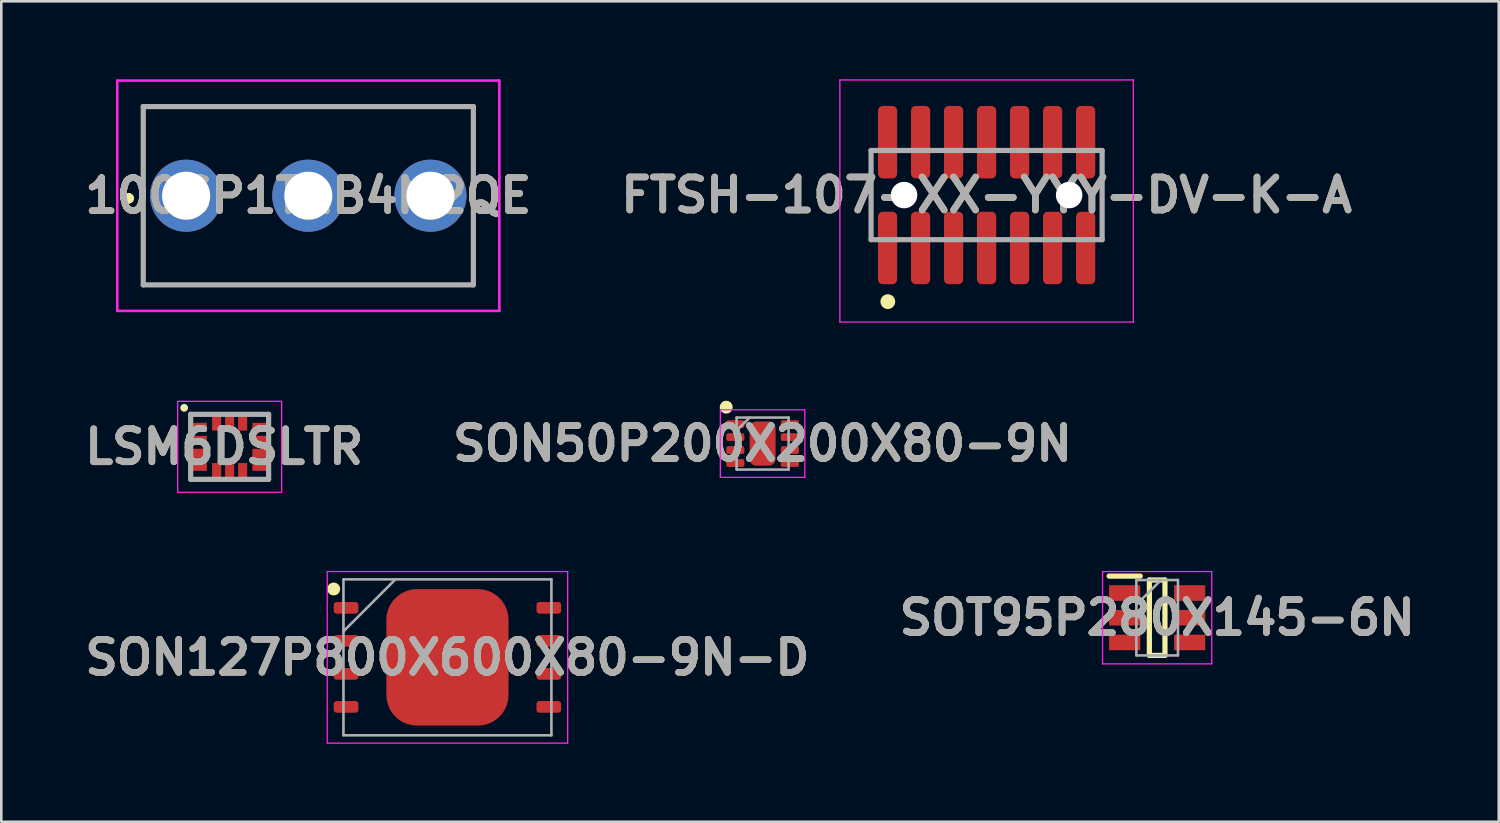
<source format=kicad_pcb>
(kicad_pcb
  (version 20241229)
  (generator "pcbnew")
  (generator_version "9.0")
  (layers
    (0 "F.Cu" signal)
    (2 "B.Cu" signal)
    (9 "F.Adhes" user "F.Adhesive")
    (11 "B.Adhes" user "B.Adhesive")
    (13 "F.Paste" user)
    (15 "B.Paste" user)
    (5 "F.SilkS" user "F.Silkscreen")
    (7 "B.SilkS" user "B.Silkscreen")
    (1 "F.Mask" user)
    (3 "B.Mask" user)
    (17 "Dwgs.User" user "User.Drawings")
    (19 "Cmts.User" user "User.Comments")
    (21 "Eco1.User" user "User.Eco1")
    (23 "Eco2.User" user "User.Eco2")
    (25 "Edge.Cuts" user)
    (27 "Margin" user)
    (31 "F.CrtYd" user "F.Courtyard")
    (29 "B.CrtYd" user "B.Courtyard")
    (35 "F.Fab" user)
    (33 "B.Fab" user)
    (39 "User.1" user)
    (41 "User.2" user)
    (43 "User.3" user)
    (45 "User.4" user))
  (footprint "LSM6DSLTR"
    (layer "F.Cu")
    (at 5.785 14.14)
    (property "Reference" "LSM6DSLTR" (at -0.209 0 0) (layer "F.SilkS") (effects (font (size 1.27 1.27) (thickness 0.254))))
    (attr smd)
    (fp_circle (center -1.75 -1.5) (end -1.65 -1.5) (stroke (width 0.1) (type solid)) (fill yes) (layer "F.SilkS"))
    (fp_rect (start -2 -1.75) (end 2 1.75) (stroke (width 0.05) (type default)) (fill no) (layer "F.CrtYd"))
    (fp_line (start -1.5 -1.25) (end 1.5 -1.25) (stroke (width 0.2) (type solid)) (layer "F.Fab"))
    (fp_line (start -1.5 1.25) (end -1.5 -1.25) (stroke (width 0.2) (type solid)) (layer "F.Fab"))
    (fp_line (start 1.5 -1.25) (end 1.5 1.25) (stroke (width 0.2) (type solid)) (layer "F.Fab"))
    (fp_line (start 1.5 1.25) (end -1.5 1.25) (stroke (width 0.2) (type solid)) (layer "F.Fab"))
    (fp_text user "${REFERENCE}" (at -0.209 0 0) (layer "F.Fab") (effects (font (size 1.27 1.27) (thickness 0.254))))
    (pad "1" smd rect (at -1.163 -0.75 90) (size 0.35 0.575) (layers "F.Cu" "F.Mask" "F.Paste"))
    (pad "2" smd rect (at -1.163 -0.25 90) (size 0.35 0.575) (layers "F.Cu" "F.Mask" "F.Paste"))
    (pad "3" smd rect (at -1.163 0.25 90) (size 0.35 0.575) (layers "F.Cu" "F.Mask" "F.Paste"))
    (pad "4" smd rect (at -1.163 0.75 90) (size 0.35 0.575) (layers "F.Cu" "F.Mask" "F.Paste"))
    (pad "5" smd rect (at -0.5 0.912) (size 0.35 0.575) (layers "F.Cu" "F.Mask" "F.Paste"))
    (pad "6" smd rect (at 0 0.912) (size 0.35 0.575) (layers "F.Cu" "F.Mask" "F.Paste"))
    (pad "7" smd rect (at 0.5 0.912) (size 0.35 0.575) (layers "F.Cu" "F.Mask" "F.Paste"))
    (pad "8" smd rect (at 1.163 0.75 90) (size 0.35 0.575) (layers "F.Cu" "F.Mask" "F.Paste"))
    (pad "9" smd rect (at 1.163 0.25 90) (size 0.35 0.575) (layers "F.Cu" "F.Mask" "F.Paste"))
    (pad "10" smd rect (at 1.163 -0.25 90) (size 0.35 0.575) (layers "F.Cu" "F.Mask" "F.Paste"))
    (pad "11" smd rect (at 1.163 -0.75 90) (size 0.35 0.575) (layers "F.Cu" "F.Mask" "F.Paste"))
    (pad "12" smd rect (at 0.5 -0.912) (size 0.35 0.575) (layers "F.Cu" "F.Mask" "F.Paste"))
    (pad "13" smd rect (at 0 -0.912) (size 0.35 0.575) (layers "F.Cu" "F.Mask" "F.Paste"))
    (pad "14" smd rect (at -0.5 -0.912) (size 0.35 0.575) (layers "F.Cu" "F.Mask" "F.Paste")))
  (footprint "FTSH-107-XX-YYY-DV-K-A"
    (layer "F.Cu")
    (at 34.907 4.455)
    (property "Reference" "FTSH-107-XX-YYY-DV-K-A" (at 0 0 0) (layer "F.SilkS") (effects (font (size 1.27 1.27) (thickness 0.254))))
    (attr through_hole)
    (fp_line (start -4.445 1.715) (end -4.445 -1.715) (stroke (width 0.1) (type solid)) (layer "F.SilkS"))
    (fp_line (start 4.445 -1.715) (end 4.445 1.715) (stroke (width 0.1) (type solid)) (layer "F.SilkS"))
    (fp_circle (center -3.8 4.1) (end -3.576 4.1) (stroke (width 0.12) (type solid)) (fill yes) (layer "F.SilkS"))
    (fp_line (start -5.645 -4.43) (end 5.645 -4.43) (stroke (width 0.05) (type solid)) (layer "F.CrtYd"))
    (fp_line (start -5.645 4.885) (end -5.645 -4.43) (stroke (width 0.05) (type solid)) (layer "F.CrtYd"))
    (fp_line (start 5.645 -4.43) (end 5.645 4.885) (stroke (width 0.05) (type solid)) (layer "F.CrtYd"))
    (fp_line (start 5.645 4.885) (end -5.645 4.885) (stroke (width 0.05) (type solid)) (layer "F.CrtYd"))
    (fp_line (start -4.445 -1.715) (end 4.445 -1.715) (stroke (width 0.2) (type solid)) (layer "F.Fab"))
    (fp_line (start -4.445 1.715) (end -4.445 -1.715) (stroke (width 0.2) (type solid)) (layer "F.Fab"))
    (fp_line (start 4.445 -1.715) (end 4.445 1.715) (stroke (width 0.2) (type solid)) (layer "F.Fab"))
    (fp_line (start 4.445 1.715) (end -4.445 1.715) (stroke (width 0.2) (type solid)) (layer "F.Fab"))
    (fp_text user "${REFERENCE}" (at 0 0 0) (layer "F.Fab") (effects (font (size 1.27 1.27) (thickness 0.254))))
    (pad "" np_thru_hole circle (at -3.175 0) (size 1.02 1.02) (drill 1.02) (layers "*.Cu" "*.Mask"))
    (pad "" np_thru_hole circle (at 3.175 0) (size 1.02 1.02) (drill 1.02) (layers "*.Cu" "*.Mask"))
    (pad "1" smd roundrect (at -3.81 2.035) (size 0.74 2.79) (layers "F.Cu" "F.Mask" "F.Paste") (roundrect_rratio 0.25))
    (pad "2" smd roundrect (at -3.81 -2.035) (size 0.74 2.79) (layers "F.Cu" "F.Mask" "F.Paste") (roundrect_rratio 0.25))
    (pad "3" smd roundrect (at -2.54 2.035) (size 0.74 2.79) (layers "F.Cu" "F.Mask" "F.Paste") (roundrect_rratio 0.25))
    (pad "4" smd roundrect (at -2.54 -2.035) (size 0.74 2.79) (layers "F.Cu" "F.Mask" "F.Paste") (roundrect_rratio 0.25))
    (pad "5" smd roundrect (at -1.27 2.035) (size 0.74 2.79) (layers "F.Cu" "F.Mask" "F.Paste") (roundrect_rratio 0.25))
    (pad "6" smd roundrect (at -1.27 -2.035) (size 0.74 2.79) (layers "F.Cu" "F.Mask" "F.Paste") (roundrect_rratio 0.25))
    (pad "7" smd roundrect (at 0 2.035) (size 0.74 2.79) (layers "F.Cu" "F.Mask" "F.Paste") (roundrect_rratio 0.25))
    (pad "8" smd roundrect (at 0 -2.035) (size 0.74 2.79) (layers "F.Cu" "F.Mask" "F.Paste") (roundrect_rratio 0.25))
    (pad "9" smd roundrect (at 1.27 2.035) (size 0.74 2.79) (layers "F.Cu" "F.Mask" "F.Paste") (roundrect_rratio 0.25))
    (pad "10" smd roundrect (at 1.27 -2.035) (size 0.74 2.79) (layers "F.Cu" "F.Mask" "F.Paste") (roundrect_rratio 0.25))
    (pad "11" smd roundrect (at 2.54 2.035) (size 0.74 2.79) (layers "F.Cu" "F.Mask" "F.Paste") (roundrect_rratio 0.25))
    (pad "12" smd roundrect (at 2.54 -2.035) (size 0.74 2.79) (layers "F.Cu" "F.Mask" "F.Paste") (roundrect_rratio 0.25))
    (pad "13" smd roundrect (at 3.81 2.035) (size 0.74 2.79) (layers "F.Cu" "F.Mask" "F.Paste") (roundrect_rratio 0.25))
    (pad "14" smd roundrect (at 3.81 -2.035) (size 0.74 2.79) (layers "F.Cu" "F.Mask" "F.Paste") (roundrect_rratio 0.25)))
  (footprint "SON127P800X600X80-9N-D"
    (layer "F.Cu")
    (at 14.164 22.24)
    (property "Reference" "SON127P800X600X80-9N-D" (at 0 0 0) (layer "F.SilkS") (effects (font (size 1.27 1.27) (thickness 0.254))))
    (attr smd)
    (fp_circle (center -4.375 -2.63) (end -4.375 -2.505) (stroke (width 0.25) (type solid)) (fill no) (layer "F.SilkS"))
    (fp_line (start -4.625 -3.3) (end 4.625 -3.3) (stroke (width 0.05) (type solid)) (layer "F.CrtYd"))
    (fp_line (start -4.625 3.3) (end -4.625 -3.3) (stroke (width 0.05) (type solid)) (layer "F.CrtYd"))
    (fp_line (start 4.625 -3.3) (end 4.625 3.3) (stroke (width 0.05) (type solid)) (layer "F.CrtYd"))
    (fp_line (start 4.625 3.3) (end -4.625 3.3) (stroke (width 0.05) (type solid)) (layer "F.CrtYd"))
    (fp_line (start -4 -3) (end 4 -3) (stroke (width 0.1) (type solid)) (layer "F.Fab"))
    (fp_line (start -4 -1) (end -2 -3) (stroke (width 0.1) (type solid)) (layer "F.Fab"))
    (fp_line (start -4 3) (end -4 -3) (stroke (width 0.1) (type solid)) (layer "F.Fab"))
    (fp_line (start 4 -3) (end 4 3) (stroke (width 0.1) (type solid)) (layer "F.Fab"))
    (fp_line (start 4 3) (end -4 3) (stroke (width 0.1) (type solid)) (layer "F.Fab"))
    (fp_text user "${REFERENCE}" (at 0 0 0) (layer "F.Fab") (effects (font (size 1.27 1.27) (thickness 0.254))))
    (pad "1" smd roundrect (at -3.9 -1.905 90) (size 0.45 0.95) (layers "F.Cu" "F.Mask" "F.Paste") (roundrect_rratio 0.25))
    (pad "2" smd roundrect (at -3.9 -0.635 90) (size 0.45 0.95) (layers "F.Cu" "F.Mask" "F.Paste") (roundrect_rratio 0.25))
    (pad "3" smd roundrect (at -3.9 0.635 90) (size 0.45 0.95) (layers "F.Cu" "F.Mask" "F.Paste") (roundrect_rratio 0.25))
    (pad "4" smd roundrect (at -3.9 1.905 90) (size 0.45 0.95) (layers "F.Cu" "F.Mask" "F.Paste") (roundrect_rratio 0.25))
    (pad "5" smd roundrect (at 3.9 1.905 90) (size 0.45 0.95) (layers "F.Cu" "F.Mask" "F.Paste") (roundrect_rratio 0.25))
    (pad "6" smd roundrect (at 3.9 0.635 90) (size 0.45 0.95) (layers "F.Cu" "F.Mask" "F.Paste") (roundrect_rratio 0.25))
    (pad "7" smd roundrect (at 3.9 -0.635 90) (size 0.45 0.95) (layers "F.Cu" "F.Mask" "F.Paste") (roundrect_rratio 0.25))
    (pad "8" smd roundrect (at 3.9 -1.905 90) (size 0.45 0.95) (layers "F.Cu" "F.Mask" "F.Paste") (roundrect_rratio 0.25))
    (pad "9" smd roundrect (at 0 0) (size 4.7 5.25) (layers "F.Cu" "F.Mask" "F.Paste") (roundrect_rratio 0.25)))
  (footprint "SON50P200X200X80-9N"
    (layer "F.Cu")
    (at 26.289 14.015)
    (property "Reference" "SON50P200X200X80-9N" (at 0 0 0) (layer "F.SilkS") (effects (font (size 1.27 1.27) (thickness 0.254))))
    (attr smd)
    (fp_circle (center -1.4 -1.4) (end -1.4 -1.275) (stroke (width 0.25) (type solid)) (fill no) (layer "F.SilkS"))
    (fp_line (start -1.625 -1.3) (end 1.625 -1.3) (stroke (width 0.05) (type solid)) (layer "F.CrtYd"))
    (fp_line (start -1.625 1.3) (end -1.625 -1.3) (stroke (width 0.05) (type solid)) (layer "F.CrtYd"))
    (fp_line (start 1.625 -1.3) (end 1.625 1.3) (stroke (width 0.05) (type solid)) (layer "F.CrtYd"))
    (fp_line (start 1.625 1.3) (end -1.625 1.3) (stroke (width 0.05) (type solid)) (layer "F.CrtYd"))
    (fp_line (start -1 -1) (end 1 -1) (stroke (width 0.1) (type solid)) (layer "F.Fab"))
    (fp_line (start -1 -0.5) (end -0.5 -1) (stroke (width 0.1) (type solid)) (layer "F.Fab"))
    (fp_line (start -1 1) (end -1 -1) (stroke (width 0.1) (type solid)) (layer "F.Fab"))
    (fp_line (start 1 -1) (end 1 1) (stroke (width 0.1) (type solid)) (layer "F.Fab"))
    (fp_line (start 1 1) (end -1 1) (stroke (width 0.1) (type solid)) (layer "F.Fab"))
    (fp_text user "${REFERENCE}" (at 0 0 0) (layer "F.Fab") (effects (font (size 1.27 1.27) (thickness 0.254))))
    (pad "1" smd roundrect (at -1.05 -0.75 90) (size 0.3 0.7) (layers "F.Cu" "F.Mask" "F.Paste") (roundrect_rratio 0.25))
    (pad "2" smd roundrect (at -1.05 -0.25 90) (size 0.3 0.7) (layers "F.Cu" "F.Mask" "F.Paste") (roundrect_rratio 0.25))
    (pad "3" smd roundrect (at -1.05 0.25 90) (size 0.3 0.7) (layers "F.Cu" "F.Mask" "F.Paste") (roundrect_rratio 0.25))
    (pad "4" smd roundrect (at -1.05 0.75 90) (size 0.3 0.7) (layers "F.Cu" "F.Mask" "F.Paste") (roundrect_rratio 0.25))
    (pad "5" smd roundrect (at 1.05 0.75 90) (size 0.3 0.7) (layers "F.Cu" "F.Mask" "F.Paste") (roundrect_rratio 0.25))
    (pad "6" smd roundrect (at 1.05 0.25 90) (size 0.3 0.7) (layers "F.Cu" "F.Mask" "F.Paste") (roundrect_rratio 0.25))
    (pad "7" smd roundrect (at 1.05 -0.25 90) (size 0.3 0.7) (layers "F.Cu" "F.Mask" "F.Paste") (roundrect_rratio 0.25))
    (pad "8" smd roundrect (at 1.05 -0.75 90) (size 0.3 0.7) (layers "F.Cu" "F.Mask" "F.Paste") (roundrect_rratio 0.25))
    (pad "9" smd roundrect (at 0 0) (size 1 1.7) (layers "F.Cu" "F.Mask" "F.Paste") (roundrect_rratio 0.25)))
  (footprint "SOT95P280X145-6N"
    (layer "F.Cu")
    (at 41.469 20.715)
    (property "Reference" "SOT95P280X145-6N" (at 0 0 0) (layer "F.SilkS") (effects (font (size 1.27 1.27) (thickness 0.254))))
    (attr smd)
    (fp_line (start -1.85 -1.6) (end -0.65 -1.6) (stroke (width 0.2) (type solid)) (layer "F.SilkS"))
    (fp_line (start -0.3 -1.45) (end 0.3 -1.45) (stroke (width 0.2) (type solid)) (layer "F.SilkS"))
    (fp_line (start -0.3 1.45) (end -0.3 -1.45) (stroke (width 0.2) (type solid)) (layer "F.SilkS"))
    (fp_line (start 0.3 -1.45) (end 0.3 1.45) (stroke (width 0.2) (type solid)) (layer "F.SilkS"))
    (fp_line (start 0.3 1.45) (end -0.3 1.45) (stroke (width 0.2) (type solid)) (layer "F.SilkS"))
    (fp_line (start -2.1 -1.775) (end 2.1 -1.775) (stroke (width 0.05) (type solid)) (layer "F.CrtYd"))
    (fp_line (start -2.1 1.775) (end -2.1 -1.775) (stroke (width 0.05) (type solid)) (layer "F.CrtYd"))
    (fp_line (start 2.1 -1.775) (end 2.1 1.775) (stroke (width 0.05) (type solid)) (layer "F.CrtYd"))
    (fp_line (start 2.1 1.775) (end -2.1 1.775) (stroke (width 0.05) (type solid)) (layer "F.CrtYd"))
    (fp_line (start -0.8 -1.45) (end 0.8 -1.45) (stroke (width 0.1) (type solid)) (layer "F.Fab"))
    (fp_line (start -0.8 -0.5) (end 0.15 -1.45) (stroke (width 0.1) (type solid)) (layer "F.Fab"))
    (fp_line (start -0.8 1.45) (end -0.8 -1.45) (stroke (width 0.1) (type solid)) (layer "F.Fab"))
    (fp_line (start 0.8 -1.45) (end 0.8 1.45) (stroke (width 0.1) (type solid)) (layer "F.Fab"))
    (fp_line (start 0.8 1.45) (end -0.8 1.45) (stroke (width 0.1) (type solid)) (layer "F.Fab"))
    (fp_text user "${REFERENCE}" (at 0 0 0) (layer "F.Fab") (effects (font (size 1.27 1.27) (thickness 0.254))))
    (pad "1" smd rect (at -1.25 -0.95 90) (size 0.6 1.2) (layers "F.Cu" "F.Mask" "F.Paste"))
    (pad "2" smd rect (at -1.25 0 90) (size 0.6 1.2) (layers "F.Cu" "F.Mask" "F.Paste"))
    (pad "3" smd rect (at -1.25 0.95 90) (size 0.6 1.2) (layers "F.Cu" "F.Mask" "F.Paste"))
    (pad "4" smd rect (at 1.25 0.95 90) (size 0.6 1.2) (layers "F.Cu" "F.Mask" "F.Paste"))
    (pad "5" smd rect (at 1.25 0 90) (size 0.6 1.2) (layers "F.Cu" "F.Mask" "F.Paste"))
    (pad "6" smd rect (at 1.25 -0.95 90) (size 0.6 1.2) (layers "F.Cu" "F.Mask" "F.Paste")))
  (footprint "100SP1T1B4M2QE"
    (layer "F.Cu")
    (at 8.811 4.48)
    (property "Reference" "100SP1T1B4M2QE" (at 0 0 0) (layer "F.SilkS") (effects (font (size 1.27 1.27) (thickness 0.254))))
    (attr through_hole)
    (fp_line (start -6.9 0) (end -6.9 0) (stroke (width 0.2) (type solid)) (layer "F.SilkS"))
    (fp_line (start -6.9 0.2) (end -6.9 0.2) (stroke (width 0.2) (type solid)) (layer "F.SilkS"))
    (fp_line (start -6.35 -3.43) (end 6.35 -3.43) (stroke (width 0.1) (type solid)) (layer "F.SilkS"))
    (fp_line (start -6.35 3.43) (end -6.35 -3.43) (stroke (width 0.1) (type solid)) (layer "F.SilkS"))
    (fp_line (start 6.35 -3.43) (end 6.35 3.43) (stroke (width 0.1) (type solid)) (layer "F.SilkS"))
    (fp_line (start 6.35 3.43) (end -6.35 3.43) (stroke (width 0.1) (type solid)) (layer "F.SilkS"))
    (fp_arc (start -6.9 0) (mid -6.8 0.1) (end -6.9 0.2) (stroke (width 0.2) (type solid)) (layer "F.SilkS"))
    (fp_arc (start -6.9 0.2) (mid -7 0.1) (end -6.9 0) (stroke (width 0.2) (type solid)) (layer "F.SilkS"))
    (fp_line (start -7.35 -4.43) (end 7.35 -4.43) (stroke (width 0.1) (type solid)) (layer "F.CrtYd"))
    (fp_line (start -7.35 4.43) (end -7.35 -4.43) (stroke (width 0.1) (type solid)) (layer "F.CrtYd"))
    (fp_line (start 7.35 -4.43) (end 7.35 4.43) (stroke (width 0.1) (type solid)) (layer "F.CrtYd"))
    (fp_line (start 7.35 4.43) (end -7.35 4.43) (stroke (width 0.1) (type solid)) (layer "F.CrtYd"))
    (fp_line (start -6.35 -3.43) (end 6.35 -3.43) (stroke (width 0.2) (type solid)) (layer "F.Fab"))
    (fp_line (start -6.35 3.43) (end -6.35 -3.43) (stroke (width 0.2) (type solid)) (layer "F.Fab"))
    (fp_line (start 6.35 -3.43) (end 6.35 3.43) (stroke (width 0.2) (type solid)) (layer "F.Fab"))
    (fp_line (start 6.35 3.43) (end -6.35 3.43) (stroke (width 0.2) (type solid)) (layer "F.Fab"))
    (fp_text user "${REFERENCE}" (at 0 0 0) (layer "F.Fab") (effects (font (size 1.27 1.27) (thickness 0.254))))
    (pad "1" thru_hole circle (at -4.7 0) (size 2.775 2.775) (drill 1.85) (layers "*.Cu" "*.Mask"))
    (pad "2" thru_hole circle (at 0 0) (size 2.775 2.775) (drill 1.85) (layers "*.Cu" "*.Mask"))
    (pad "3" thru_hole circle (at 4.7 0) (size 2.775 2.775) (drill 1.85) (layers "*.Cu" "*.Mask")))
  (gr_rect
    (start -3 -3)
    (end 54.611 28.565)
    (stroke (width 0.1) (type default))
    (fill no)
    (layer "Edge.Cuts")))
</source>
